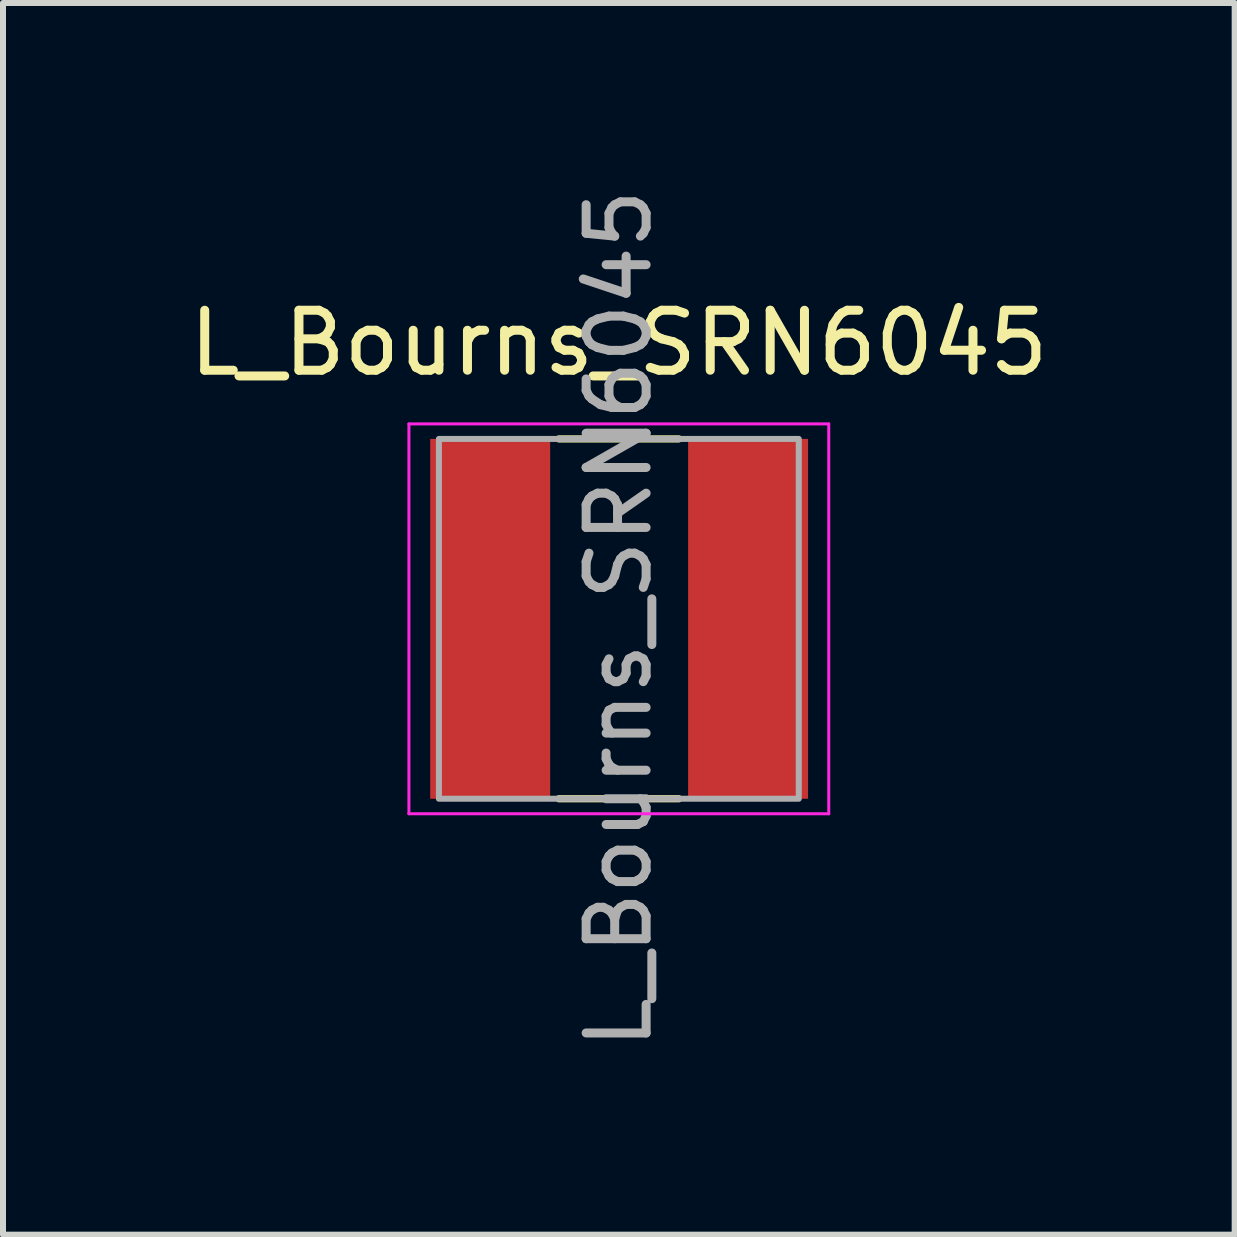
<source format=kicad_pcb>
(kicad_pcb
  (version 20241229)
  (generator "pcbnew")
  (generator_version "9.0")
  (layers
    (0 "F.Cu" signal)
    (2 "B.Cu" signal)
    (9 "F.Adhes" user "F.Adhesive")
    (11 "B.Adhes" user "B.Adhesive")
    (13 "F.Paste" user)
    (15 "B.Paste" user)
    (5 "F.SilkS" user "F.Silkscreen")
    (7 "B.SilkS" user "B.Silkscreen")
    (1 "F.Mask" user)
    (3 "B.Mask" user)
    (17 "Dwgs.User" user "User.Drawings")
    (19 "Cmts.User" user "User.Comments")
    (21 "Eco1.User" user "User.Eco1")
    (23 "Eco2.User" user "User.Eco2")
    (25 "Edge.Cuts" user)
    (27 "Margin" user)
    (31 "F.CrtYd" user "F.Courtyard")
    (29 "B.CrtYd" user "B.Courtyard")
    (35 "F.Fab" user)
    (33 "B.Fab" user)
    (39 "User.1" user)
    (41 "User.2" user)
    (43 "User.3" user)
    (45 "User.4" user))
  (footprint "L_Bourns_SRN6045"
    (layer "F.Cu")
    (at 7.268 7.268)
    (property "Reference" "L_Bourns_SRN6045" (at 0 -4.6 0) (layer "F.SilkS") (effects (font (size 1 1) (thickness 0.15))))
    (attr smd)
    (fp_line (start -1 -3) (end 1 -3) (stroke (width 0.12) (type solid)) (layer "F.SilkS"))
    (fp_line (start 1 3) (end -1 3) (stroke (width 0.12) (type solid)) (layer "F.SilkS"))
    (fp_line (start -3.5 -3.25) (end -3.5 3.25) (stroke (width 0.05) (type solid)) (layer "F.CrtYd"))
    (fp_line (start -3.5 3.25) (end 3.5 3.25) (stroke (width 0.05) (type solid)) (layer "F.CrtYd"))
    (fp_line (start 3.5 -3.25) (end -3.5 -3.25) (stroke (width 0.05) (type solid)) (layer "F.CrtYd"))
    (fp_line (start 3.5 3.25) (end 3.5 -3.25) (stroke (width 0.05) (type solid)) (layer "F.CrtYd"))
    (fp_rect (start -3 -3) (end 3 3) (stroke (width 0.1) (type default)) (fill no) (layer "F.Fab"))
    (fp_text user "${REFERENCE}" (at 0 0 90) (layer "F.Fab") (effects (font (size 1 1) (thickness 0.15))))
    (pad "1" smd rect (at -2.145 0) (size 2 6) (layers "F.Cu" "F.Mask" "F.Paste"))
    (pad "2" smd rect (at 2.155 0) (size 2 6) (layers "F.Cu" "F.Mask" "F.Paste")))
  (gr_rect
    (start -3 -3)
    (end 17.536 17.536)
    (stroke (width 0.1) (type default))
    (fill no)
    (layer "Edge.Cuts")))
</source>
